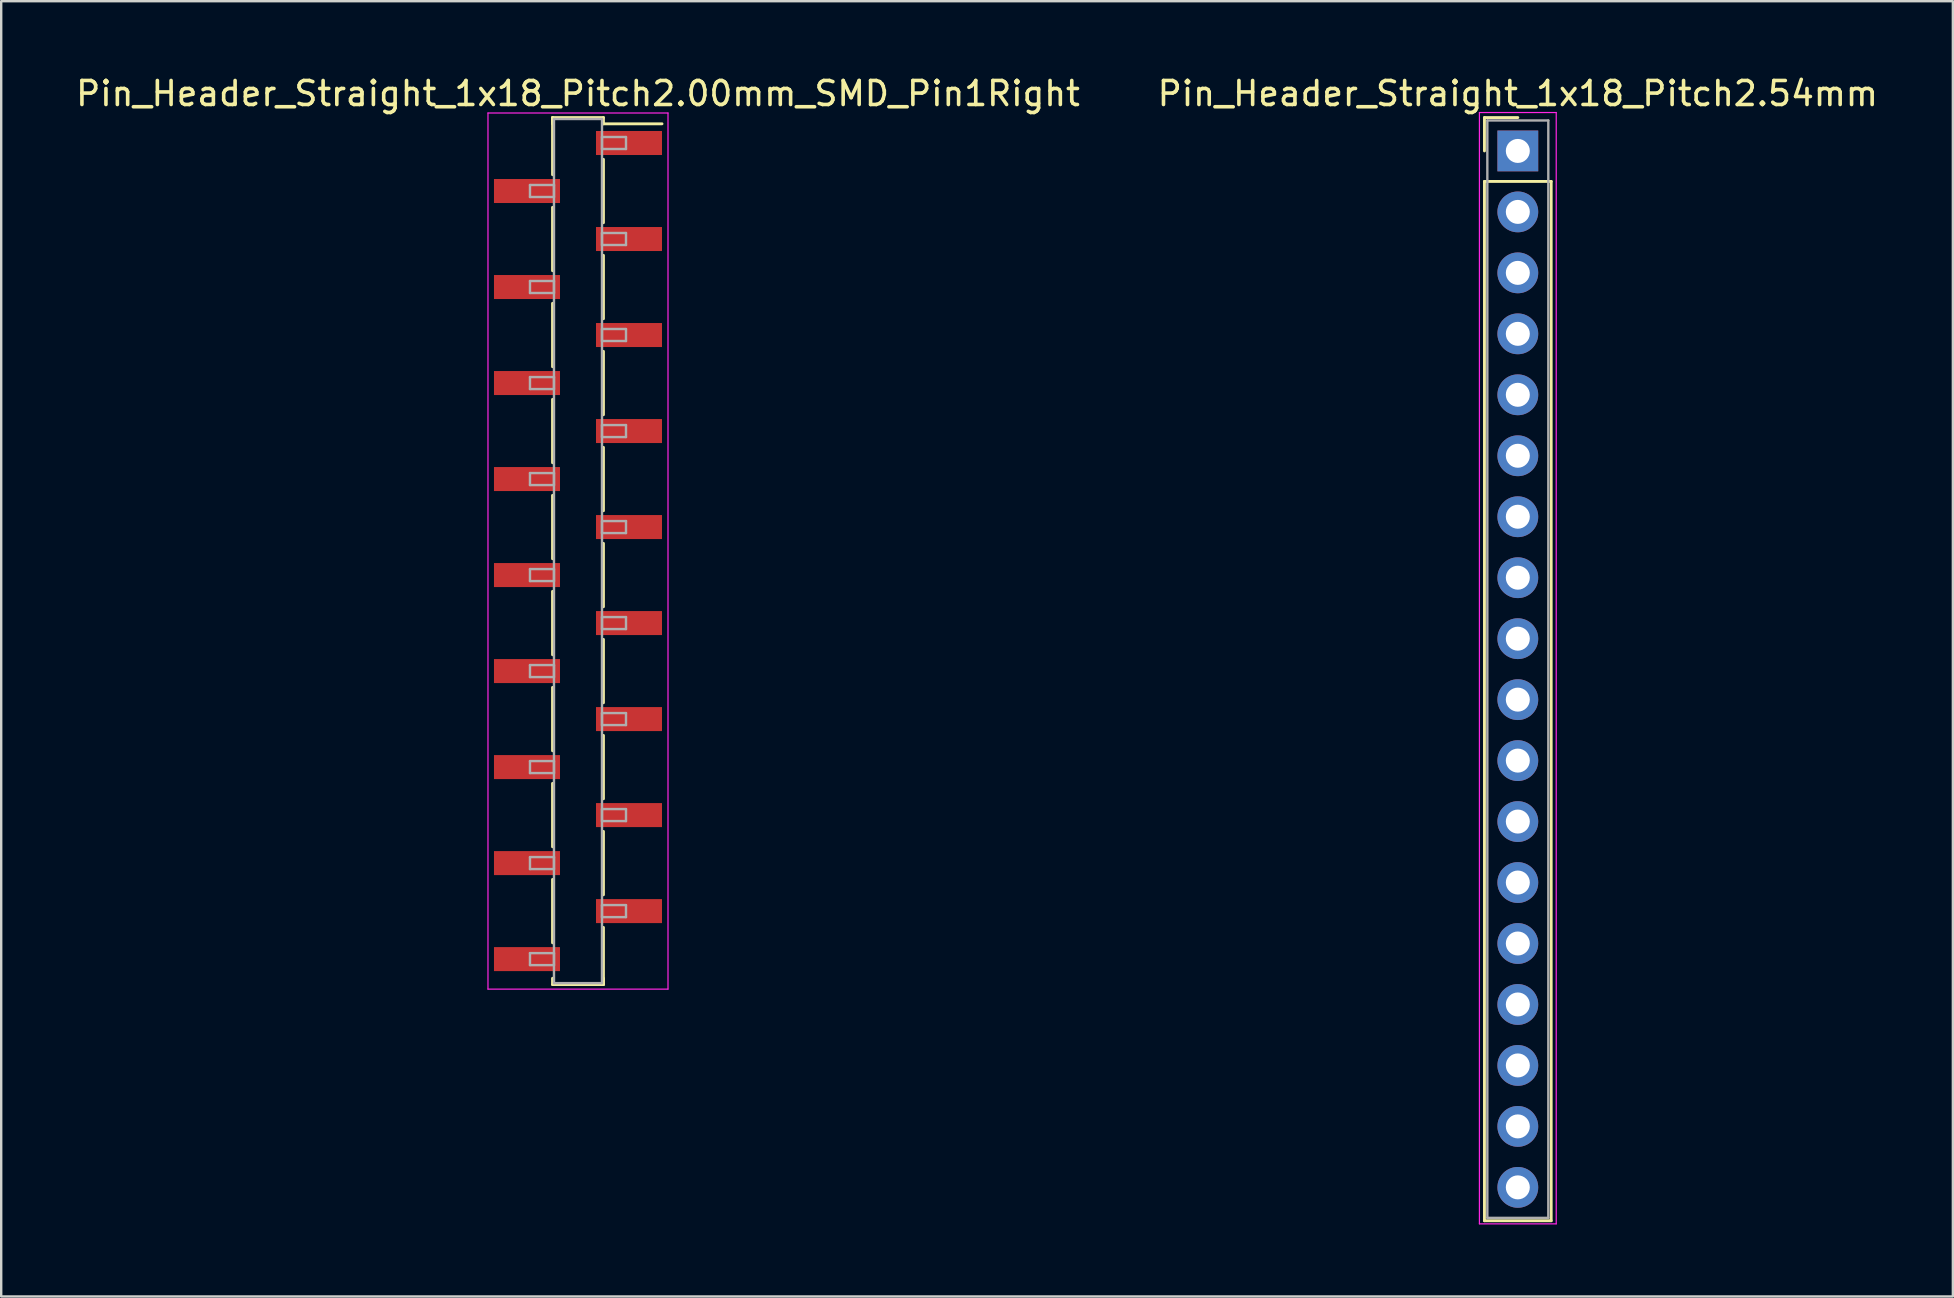
<source format=kicad_pcb>
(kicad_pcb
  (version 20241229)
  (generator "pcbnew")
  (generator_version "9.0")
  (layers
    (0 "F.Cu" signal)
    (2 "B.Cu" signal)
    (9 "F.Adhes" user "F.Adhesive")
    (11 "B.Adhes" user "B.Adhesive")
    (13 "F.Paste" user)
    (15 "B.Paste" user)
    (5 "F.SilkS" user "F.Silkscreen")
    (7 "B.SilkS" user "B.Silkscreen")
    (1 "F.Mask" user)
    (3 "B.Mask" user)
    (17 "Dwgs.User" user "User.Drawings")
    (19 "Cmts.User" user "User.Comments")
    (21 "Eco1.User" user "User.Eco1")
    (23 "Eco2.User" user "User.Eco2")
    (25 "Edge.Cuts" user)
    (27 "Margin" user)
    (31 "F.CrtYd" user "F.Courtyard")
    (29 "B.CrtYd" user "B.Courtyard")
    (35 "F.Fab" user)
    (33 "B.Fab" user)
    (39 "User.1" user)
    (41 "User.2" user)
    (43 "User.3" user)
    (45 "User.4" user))
  (footprint "Pin_Header_Straight_1x18_Pitch2.54mm"
    (layer "F.Cu")
    (at 60.185 3.238)
    (property "Reference" "Pin_Header_Straight_1x18_Pitch2.54mm" (at 0 -2.39 0) (layer "F.SilkS") (effects (font (size 1 1) (thickness 0.15))))
    (attr through_hole)
    (fp_line (start -1.39 -1.39) (end 0 -1.39) (stroke (width 0.12) (type solid)) (layer "F.SilkS"))
    (fp_line (start -1.39 0) (end -1.39 -1.39) (stroke (width 0.12) (type solid)) (layer "F.SilkS"))
    (fp_line (start -1.39 1.27) (end -1.39 44.57) (stroke (width 0.12) (type solid)) (layer "F.SilkS"))
    (fp_line (start -1.39 44.57) (end 1.39 44.57) (stroke (width 0.12) (type solid)) (layer "F.SilkS"))
    (fp_line (start 1.39 1.27) (end -1.39 1.27) (stroke (width 0.12) (type solid)) (layer "F.SilkS"))
    (fp_line (start 1.39 44.57) (end 1.39 1.27) (stroke (width 0.12) (type solid)) (layer "F.SilkS"))
    (fp_line (start -1.6 -1.6) (end -1.6 44.7) (stroke (width 0.05) (type solid)) (layer "F.CrtYd"))
    (fp_line (start -1.6 44.7) (end 1.6 44.7) (stroke (width 0.05) (type solid)) (layer "F.CrtYd"))
    (fp_line (start 1.6 -1.6) (end -1.6 -1.6) (stroke (width 0.05) (type solid)) (layer "F.CrtYd"))
    (fp_line (start 1.6 44.7) (end 1.6 -1.6) (stroke (width 0.05) (type solid)) (layer "F.CrtYd"))
    (fp_line (start -1.27 -1.27) (end -1.27 44.45) (stroke (width 0.1) (type solid)) (layer "F.Fab"))
    (fp_line (start -1.27 44.45) (end 1.27 44.45) (stroke (width 0.1) (type solid)) (layer "F.Fab"))
    (fp_line (start 1.27 -1.27) (end -1.27 -1.27) (stroke (width 0.1) (type solid)) (layer "F.Fab"))
    (fp_line (start 1.27 44.45) (end 1.27 -1.27) (stroke (width 0.1) (type solid)) (layer "F.Fab"))
    (pad "1" thru_hole rect (at 0 0) (size 1.7 1.7) (drill 1) (layers "*.Cu" "*.Mask"))
    (pad "2" thru_hole oval (at 0 2.54) (size 1.7 1.7) (drill 1) (layers "*.Cu" "*.Mask"))
    (pad "3" thru_hole oval (at 0 5.08) (size 1.7 1.7) (drill 1) (layers "*.Cu" "*.Mask"))
    (pad "4" thru_hole oval (at 0 7.62) (size 1.7 1.7) (drill 1) (layers "*.Cu" "*.Mask"))
    (pad "5" thru_hole oval (at 0 10.16) (size 1.7 1.7) (drill 1) (layers "*.Cu" "*.Mask"))
    (pad "6" thru_hole oval (at 0 12.7) (size 1.7 1.7) (drill 1) (layers "*.Cu" "*.Mask"))
    (pad "7" thru_hole oval (at 0 15.24) (size 1.7 1.7) (drill 1) (layers "*.Cu" "*.Mask"))
    (pad "8" thru_hole oval (at 0 17.78) (size 1.7 1.7) (drill 1) (layers "*.Cu" "*.Mask"))
    (pad "9" thru_hole oval (at 0 20.32) (size 1.7 1.7) (drill 1) (layers "*.Cu" "*.Mask"))
    (pad "10" thru_hole oval (at 0 22.86) (size 1.7 1.7) (drill 1) (layers "*.Cu" "*.Mask"))
    (pad "11" thru_hole oval (at 0 25.4) (size 1.7 1.7) (drill 1) (layers "*.Cu" "*.Mask"))
    (pad "12" thru_hole oval (at 0 27.94) (size 1.7 1.7) (drill 1) (layers "*.Cu" "*.Mask"))
    (pad "13" thru_hole oval (at 0 30.48) (size 1.7 1.7) (drill 1) (layers "*.Cu" "*.Mask"))
    (pad "14" thru_hole oval (at 0 33.02) (size 1.7 1.7) (drill 1) (layers "*.Cu" "*.Mask"))
    (pad "15" thru_hole oval (at 0 35.56) (size 1.7 1.7) (drill 1) (layers "*.Cu" "*.Mask"))
    (pad "16" thru_hole oval (at 0 38.1) (size 1.7 1.7) (drill 1) (layers "*.Cu" "*.Mask"))
    (pad "17" thru_hole oval (at 0 40.64) (size 1.7 1.7) (drill 1) (layers "*.Cu" "*.Mask"))
    (pad "18" thru_hole oval (at 0 43.18) (size 1.7 1.7) (drill 1) (layers "*.Cu" "*.Mask")))
  (footprint "Pin_Header_Straight_1x18_Pitch2.00mm_SMD_Pin1Right"
    (layer "F.Cu")
    (at 21.03 19.908)
    (property "Reference" "Pin_Header_Straight_1x18_Pitch2.00mm_SMD_Pin1Right" (at 0 -19.06 0) (layer "F.SilkS") (effects (font (size 1 1) (thickness 0.15))))
    (attr smd)
    (fp_line (start -1.06 -18.06) (end -1.06 -15.68) (stroke (width 0.12) (type solid)) (layer "F.SilkS"))
    (fp_line (start -1.06 -18.06) (end 1.06 -18.06) (stroke (width 0.12) (type solid)) (layer "F.SilkS"))
    (fp_line (start -1.06 -17.8) (end -1.06 -18.06) (stroke (width 0.12) (type solid)) (layer "F.SilkS"))
    (fp_line (start -1.06 -14.32) (end -1.06 -11.68) (stroke (width 0.12) (type solid)) (layer "F.SilkS"))
    (fp_line (start -1.06 -10.32) (end -1.06 -7.68) (stroke (width 0.12) (type solid)) (layer "F.SilkS"))
    (fp_line (start -1.06 -6.32) (end -1.06 -3.68) (stroke (width 0.12) (type solid)) (layer "F.SilkS"))
    (fp_line (start -1.06 -2.32) (end -1.06 0.32) (stroke (width 0.12) (type solid)) (layer "F.SilkS"))
    (fp_line (start -1.06 1.68) (end -1.06 4.32) (stroke (width 0.12) (type solid)) (layer "F.SilkS"))
    (fp_line (start -1.06 5.68) (end -1.06 8.32) (stroke (width 0.12) (type solid)) (layer "F.SilkS"))
    (fp_line (start -1.06 9.68) (end -1.06 12.32) (stroke (width 0.12) (type solid)) (layer "F.SilkS"))
    (fp_line (start -1.06 13.68) (end -1.06 16.32) (stroke (width 0.12) (type solid)) (layer "F.SilkS"))
    (fp_line (start -1.06 17.8) (end -1.06 18.06) (stroke (width 0.12) (type solid)) (layer "F.SilkS"))
    (fp_line (start -1.06 18.06) (end 1.06 18.06) (stroke (width 0.12) (type solid)) (layer "F.SilkS"))
    (fp_line (start 1.06 -18.06) (end 1.06 -17.8) (stroke (width 0.12) (type solid)) (layer "F.SilkS"))
    (fp_line (start 1.06 -17.8) (end 3.5 -17.8) (stroke (width 0.12) (type solid)) (layer "F.SilkS"))
    (fp_line (start 1.06 -16.32) (end 1.06 -13.68) (stroke (width 0.12) (type solid)) (layer "F.SilkS"))
    (fp_line (start 1.06 -12.32) (end 1.06 -9.68) (stroke (width 0.12) (type solid)) (layer "F.SilkS"))
    (fp_line (start 1.06 -8.32) (end 1.06 -5.68) (stroke (width 0.12) (type solid)) (layer "F.SilkS"))
    (fp_line (start 1.06 -4.32) (end 1.06 -1.68) (stroke (width 0.12) (type solid)) (layer "F.SilkS"))
    (fp_line (start 1.06 -0.32) (end 1.06 2.32) (stroke (width 0.12) (type solid)) (layer "F.SilkS"))
    (fp_line (start 1.06 3.68) (end 1.06 6.32) (stroke (width 0.12) (type solid)) (layer "F.SilkS"))
    (fp_line (start 1.06 7.68) (end 1.06 10.32) (stroke (width 0.12) (type solid)) (layer "F.SilkS"))
    (fp_line (start 1.06 11.68) (end 1.06 14.32) (stroke (width 0.12) (type solid)) (layer "F.SilkS"))
    (fp_line (start 1.06 15.68) (end 1.06 18.06) (stroke (width 0.12) (type solid)) (layer "F.SilkS"))
    (fp_line (start 1.06 18.06) (end 1.06 17.8) (stroke (width 0.12) (type solid)) (layer "F.SilkS"))
    (fp_line (start -3.75 -18.25) (end -3.75 18.25) (stroke (width 0.05) (type solid)) (layer "F.CrtYd"))
    (fp_line (start -3.75 18.25) (end 3.75 18.25) (stroke (width 0.05) (type solid)) (layer "F.CrtYd"))
    (fp_line (start 3.75 -18.25) (end -3.75 -18.25) (stroke (width 0.05) (type solid)) (layer "F.CrtYd"))
    (fp_line (start 3.75 18.25) (end 3.75 -18.25) (stroke (width 0.05) (type solid)) (layer "F.CrtYd"))
    (fp_line (start -2 -15.25) (end -1 -15.25) (stroke (width 0.1) (type solid)) (layer "F.Fab"))
    (fp_line (start -2 -14.75) (end -2 -15.25) (stroke (width 0.1) (type solid)) (layer "F.Fab"))
    (fp_line (start -2 -11.25) (end -1 -11.25) (stroke (width 0.1) (type solid)) (layer "F.Fab"))
    (fp_line (start -2 -10.75) (end -2 -11.25) (stroke (width 0.1) (type solid)) (layer "F.Fab"))
    (fp_line (start -2 -7.25) (end -1 -7.25) (stroke (width 0.1) (type solid)) (layer "F.Fab"))
    (fp_line (start -2 -6.75) (end -2 -7.25) (stroke (width 0.1) (type solid)) (layer "F.Fab"))
    (fp_line (start -2 -3.25) (end -1 -3.25) (stroke (width 0.1) (type solid)) (layer "F.Fab"))
    (fp_line (start -2 -2.75) (end -2 -3.25) (stroke (width 0.1) (type solid)) (layer "F.Fab"))
    (fp_line (start -2 0.75) (end -1 0.75) (stroke (width 0.1) (type solid)) (layer "F.Fab"))
    (fp_line (start -2 1.25) (end -2 0.75) (stroke (width 0.1) (type solid)) (layer "F.Fab"))
    (fp_line (start -2 4.75) (end -1 4.75) (stroke (width 0.1) (type solid)) (layer "F.Fab"))
    (fp_line (start -2 5.25) (end -2 4.75) (stroke (width 0.1) (type solid)) (layer "F.Fab"))
    (fp_line (start -2 8.75) (end -1 8.75) (stroke (width 0.1) (type solid)) (layer "F.Fab"))
    (fp_line (start -2 9.25) (end -2 8.75) (stroke (width 0.1) (type solid)) (layer "F.Fab"))
    (fp_line (start -2 12.75) (end -1 12.75) (stroke (width 0.1) (type solid)) (layer "F.Fab"))
    (fp_line (start -2 13.25) (end -2 12.75) (stroke (width 0.1) (type solid)) (layer "F.Fab"))
    (fp_line (start -2 16.75) (end -1 16.75) (stroke (width 0.1) (type solid)) (layer "F.Fab"))
    (fp_line (start -2 17.25) (end -2 16.75) (stroke (width 0.1) (type solid)) (layer "F.Fab"))
    (fp_line (start -1 -18) (end -1 18) (stroke (width 0.1) (type solid)) (layer "F.Fab"))
    (fp_line (start -1 -15.25) (end -1 -14.75) (stroke (width 0.1) (type solid)) (layer "F.Fab"))
    (fp_line (start -1 -14.75) (end -2 -14.75) (stroke (width 0.1) (type solid)) (layer "F.Fab"))
    (fp_line (start -1 -11.25) (end -1 -10.75) (stroke (width 0.1) (type solid)) (layer "F.Fab"))
    (fp_line (start -1 -10.75) (end -2 -10.75) (stroke (width 0.1) (type solid)) (layer "F.Fab"))
    (fp_line (start -1 -7.25) (end -1 -6.75) (stroke (width 0.1) (type solid)) (layer "F.Fab"))
    (fp_line (start -1 -6.75) (end -2 -6.75) (stroke (width 0.1) (type solid)) (layer "F.Fab"))
    (fp_line (start -1 -3.25) (end -1 -2.75) (stroke (width 0.1) (type solid)) (layer "F.Fab"))
    (fp_line (start -1 -2.75) (end -2 -2.75) (stroke (width 0.1) (type solid)) (layer "F.Fab"))
    (fp_line (start -1 0.75) (end -1 1.25) (stroke (width 0.1) (type solid)) (layer "F.Fab"))
    (fp_line (start -1 1.25) (end -2 1.25) (stroke (width 0.1) (type solid)) (layer "F.Fab"))
    (fp_line (start -1 4.75) (end -1 5.25) (stroke (width 0.1) (type solid)) (layer "F.Fab"))
    (fp_line (start -1 5.25) (end -2 5.25) (stroke (width 0.1) (type solid)) (layer "F.Fab"))
    (fp_line (start -1 8.75) (end -1 9.25) (stroke (width 0.1) (type solid)) (layer "F.Fab"))
    (fp_line (start -1 9.25) (end -2 9.25) (stroke (width 0.1) (type solid)) (layer "F.Fab"))
    (fp_line (start -1 12.75) (end -1 13.25) (stroke (width 0.1) (type solid)) (layer "F.Fab"))
    (fp_line (start -1 13.25) (end -2 13.25) (stroke (width 0.1) (type solid)) (layer "F.Fab"))
    (fp_line (start -1 16.75) (end -1 17.25) (stroke (width 0.1) (type solid)) (layer "F.Fab"))
    (fp_line (start -1 17.25) (end -2 17.25) (stroke (width 0.1) (type solid)) (layer "F.Fab"))
    (fp_line (start -1 18) (end 1 18) (stroke (width 0.1) (type solid)) (layer "F.Fab"))
    (fp_line (start 1 -18) (end -1 -18) (stroke (width 0.1) (type solid)) (layer "F.Fab"))
    (fp_line (start 1 -17.25) (end 1 -16.75) (stroke (width 0.1) (type solid)) (layer "F.Fab"))
    (fp_line (start 1 -16.75) (end 2 -16.75) (stroke (width 0.1) (type solid)) (layer "F.Fab"))
    (fp_line (start 1 -13.25) (end 1 -12.75) (stroke (width 0.1) (type solid)) (layer "F.Fab"))
    (fp_line (start 1 -12.75) (end 2 -12.75) (stroke (width 0.1) (type solid)) (layer "F.Fab"))
    (fp_line (start 1 -9.25) (end 1 -8.75) (stroke (width 0.1) (type solid)) (layer "F.Fab"))
    (fp_line (start 1 -8.75) (end 2 -8.75) (stroke (width 0.1) (type solid)) (layer "F.Fab"))
    (fp_line (start 1 -5.25) (end 1 -4.75) (stroke (width 0.1) (type solid)) (layer "F.Fab"))
    (fp_line (start 1 -4.75) (end 2 -4.75) (stroke (width 0.1) (type solid)) (layer "F.Fab"))
    (fp_line (start 1 -1.25) (end 1 -0.75) (stroke (width 0.1) (type solid)) (layer "F.Fab"))
    (fp_line (start 1 -0.75) (end 2 -0.75) (stroke (width 0.1) (type solid)) (layer "F.Fab"))
    (fp_line (start 1 2.75) (end 1 3.25) (stroke (width 0.1) (type solid)) (layer "F.Fab"))
    (fp_line (start 1 3.25) (end 2 3.25) (stroke (width 0.1) (type solid)) (layer "F.Fab"))
    (fp_line (start 1 6.75) (end 1 7.25) (stroke (width 0.1) (type solid)) (layer "F.Fab"))
    (fp_line (start 1 7.25) (end 2 7.25) (stroke (width 0.1) (type solid)) (layer "F.Fab"))
    (fp_line (start 1 10.75) (end 1 11.25) (stroke (width 0.1) (type solid)) (layer "F.Fab"))
    (fp_line (start 1 11.25) (end 2 11.25) (stroke (width 0.1) (type solid)) (layer "F.Fab"))
    (fp_line (start 1 14.75) (end 1 15.25) (stroke (width 0.1) (type solid)) (layer "F.Fab"))
    (fp_line (start 1 15.25) (end 2 15.25) (stroke (width 0.1) (type solid)) (layer "F.Fab"))
    (fp_line (start 1 18) (end 1 -18) (stroke (width 0.1) (type solid)) (layer "F.Fab"))
    (fp_line (start 2 -17.25) (end 1 -17.25) (stroke (width 0.1) (type solid)) (layer "F.Fab"))
    (fp_line (start 2 -16.75) (end 2 -17.25) (stroke (width 0.1) (type solid)) (layer "F.Fab"))
    (fp_line (start 2 -13.25) (end 1 -13.25) (stroke (width 0.1) (type solid)) (layer "F.Fab"))
    (fp_line (start 2 -12.75) (end 2 -13.25) (stroke (width 0.1) (type solid)) (layer "F.Fab"))
    (fp_line (start 2 -9.25) (end 1 -9.25) (stroke (width 0.1) (type solid)) (layer "F.Fab"))
    (fp_line (start 2 -8.75) (end 2 -9.25) (stroke (width 0.1) (type solid)) (layer "F.Fab"))
    (fp_line (start 2 -5.25) (end 1 -5.25) (stroke (width 0.1) (type solid)) (layer "F.Fab"))
    (fp_line (start 2 -4.75) (end 2 -5.25) (stroke (width 0.1) (type solid)) (layer "F.Fab"))
    (fp_line (start 2 -1.25) (end 1 -1.25) (stroke (width 0.1) (type solid)) (layer "F.Fab"))
    (fp_line (start 2 -0.75) (end 2 -1.25) (stroke (width 0.1) (type solid)) (layer "F.Fab"))
    (fp_line (start 2 2.75) (end 1 2.75) (stroke (width 0.1) (type solid)) (layer "F.Fab"))
    (fp_line (start 2 3.25) (end 2 2.75) (stroke (width 0.1) (type solid)) (layer "F.Fab"))
    (fp_line (start 2 6.75) (end 1 6.75) (stroke (width 0.1) (type solid)) (layer "F.Fab"))
    (fp_line (start 2 7.25) (end 2 6.75) (stroke (width 0.1) (type solid)) (layer "F.Fab"))
    (fp_line (start 2 10.75) (end 1 10.75) (stroke (width 0.1) (type solid)) (layer "F.Fab"))
    (fp_line (start 2 11.25) (end 2 10.75) (stroke (width 0.1) (type solid)) (layer "F.Fab"))
    (fp_line (start 2 14.75) (end 1 14.75) (stroke (width 0.1) (type solid)) (layer "F.Fab"))
    (fp_line (start 2 15.25) (end 2 14.75) (stroke (width 0.1) (type solid)) (layer "F.Fab"))
    (pad "1" smd rect (at 2.125 -17) (size 2.75 1) (layers "F.Cu" "F.Mask"))
    (pad "2" smd rect (at -2.125 -15) (size 2.75 1) (layers "F.Cu" "F.Mask"))
    (pad "3" smd rect (at 2.125 -13) (size 2.75 1) (layers "F.Cu" "F.Mask"))
    (pad "4" smd rect (at -2.125 -11) (size 2.75 1) (layers "F.Cu" "F.Mask"))
    (pad "5" smd rect (at 2.125 -9) (size 2.75 1) (layers "F.Cu" "F.Mask"))
    (pad "6" smd rect (at -2.125 -7) (size 2.75 1) (layers "F.Cu" "F.Mask"))
    (pad "7" smd rect (at 2.125 -5) (size 2.75 1) (layers "F.Cu" "F.Mask"))
    (pad "8" smd rect (at -2.125 -3) (size 2.75 1) (layers "F.Cu" "F.Mask"))
    (pad "9" smd rect (at 2.125 -1) (size 2.75 1) (layers "F.Cu" "F.Mask"))
    (pad "10" smd rect (at -2.125 1) (size 2.75 1) (layers "F.Cu" "F.Mask"))
    (pad "11" smd rect (at 2.125 3) (size 2.75 1) (layers "F.Cu" "F.Mask"))
    (pad "12" smd rect (at -2.125 5) (size 2.75 1) (layers "F.Cu" "F.Mask"))
    (pad "13" smd rect (at 2.125 7) (size 2.75 1) (layers "F.Cu" "F.Mask"))
    (pad "14" smd rect (at -2.125 9) (size 2.75 1) (layers "F.Cu" "F.Mask"))
    (pad "15" smd rect (at 2.125 11) (size 2.75 1) (layers "F.Cu" "F.Mask"))
    (pad "16" smd rect (at -2.125 13) (size 2.75 1) (layers "F.Cu" "F.Mask"))
    (pad "17" smd rect (at 2.125 15) (size 2.75 1) (layers "F.Cu" "F.Mask"))
    (pad "18" smd rect (at -2.125 17) (size 2.75 1) (layers "F.Cu" "F.Mask")))
  (gr_rect
    (start -3 -3)
    (end 78.31 50.963)
    (stroke (width 0.1) (type default))
    (fill no)
    (layer "Edge.Cuts")))
</source>
